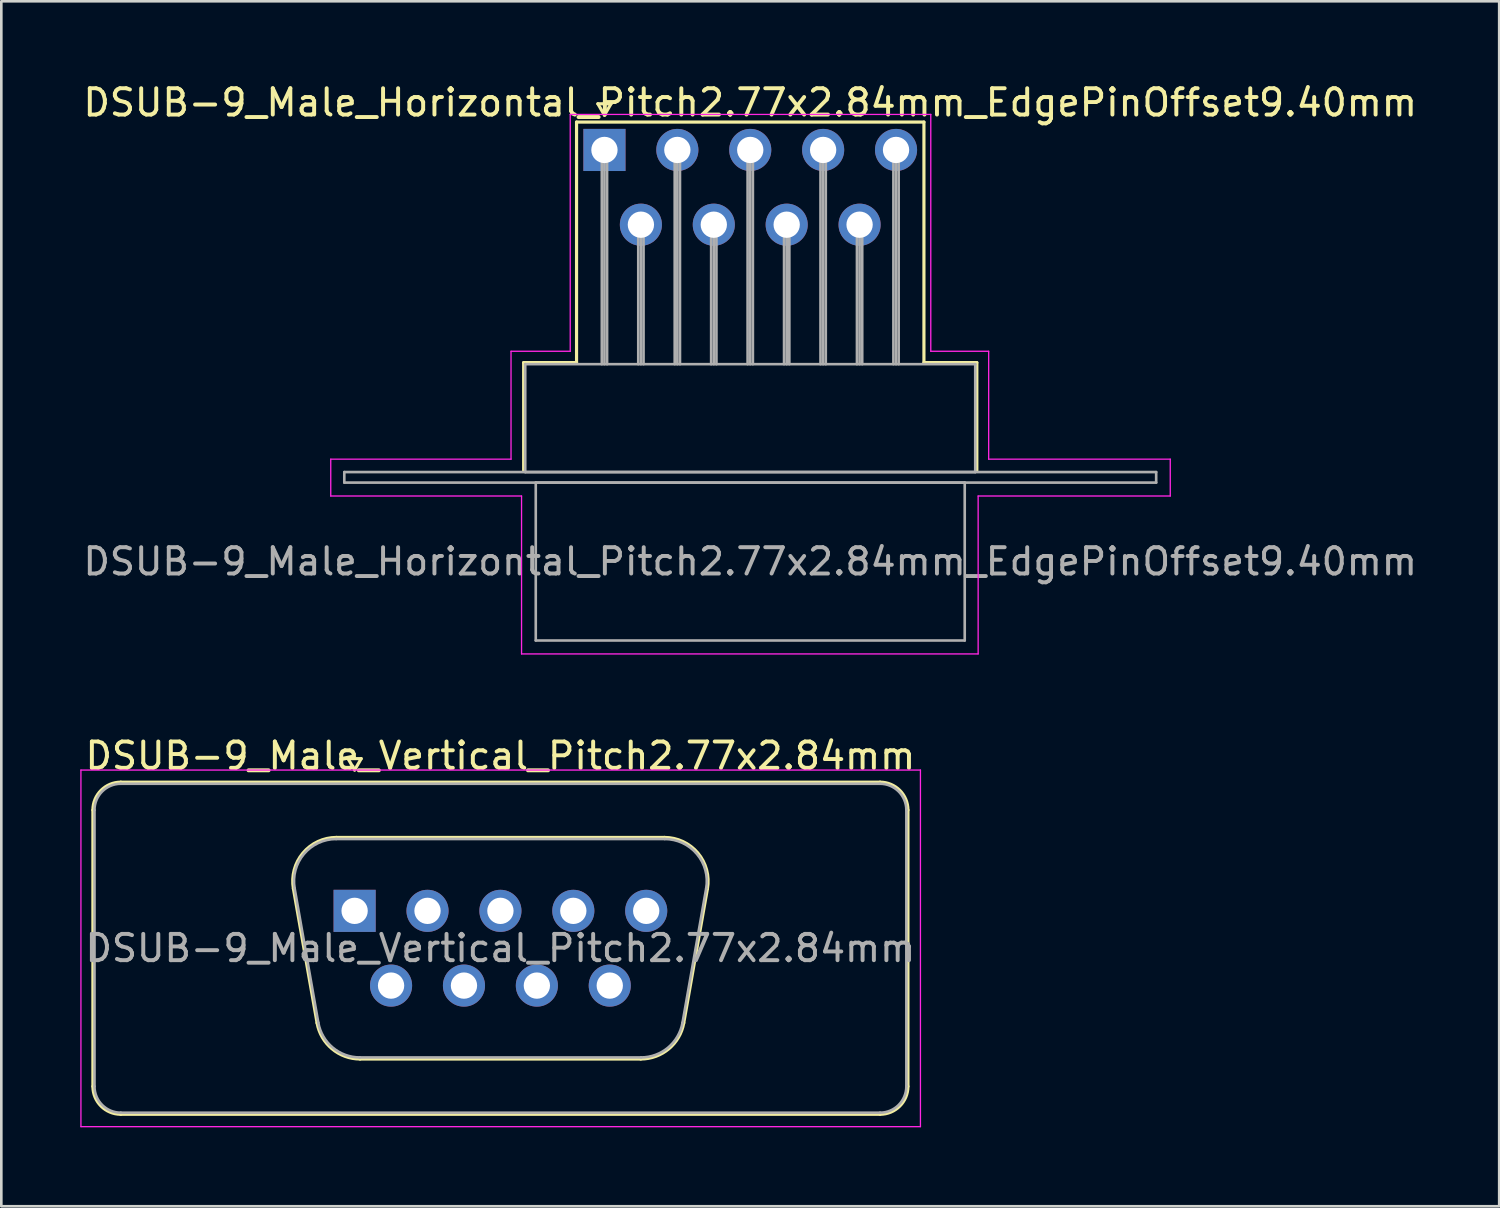
<source format=kicad_pcb>
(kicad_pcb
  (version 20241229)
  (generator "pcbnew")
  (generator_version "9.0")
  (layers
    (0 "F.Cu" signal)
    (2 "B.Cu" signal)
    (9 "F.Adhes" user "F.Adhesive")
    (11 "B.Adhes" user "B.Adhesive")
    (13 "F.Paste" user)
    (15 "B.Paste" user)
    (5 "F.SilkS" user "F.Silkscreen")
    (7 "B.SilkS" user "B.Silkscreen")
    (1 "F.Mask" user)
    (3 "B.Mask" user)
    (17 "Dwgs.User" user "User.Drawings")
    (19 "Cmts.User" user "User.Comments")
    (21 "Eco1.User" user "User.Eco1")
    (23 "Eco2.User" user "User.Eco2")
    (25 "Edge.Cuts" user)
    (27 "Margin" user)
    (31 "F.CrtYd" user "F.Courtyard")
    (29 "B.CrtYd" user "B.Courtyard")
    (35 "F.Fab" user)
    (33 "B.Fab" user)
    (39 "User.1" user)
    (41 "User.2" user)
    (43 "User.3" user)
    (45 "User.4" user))
  (footprint "DSUB-9_Male_Vertical_Pitch2.77x2.84mm"
    (layer "F.Cu")
    (at 10.425 31.561)
    (property "Reference" "DSUB-9_Male_Vertical_Pitch2.77x2.84mm" (at 5.54 -5.89 0) (layer "F.SilkS") (effects (font (size 1 1) (thickness 0.15))))
    (attr through_hole)
    (fp_line (start -9.945 6.67) (end -9.945 -3.83) (stroke (width 0.12) (type solid)) (layer "F.SilkS"))
    (fp_line (start -8.885 -4.89) (end 19.965 -4.89) (stroke (width 0.12) (type solid)) (layer "F.SilkS"))
    (fp_line (start -2.326 -0.842) (end -1.427 4.258) (stroke (width 0.12) (type solid)) (layer "F.SilkS"))
    (fp_line (start -0.692 -2.79) (end 11.772 -2.79) (stroke (width 0.12) (type solid)) (layer "F.SilkS"))
    (fp_line (start -0.25 -5.784) (end 0.25 -5.784) (stroke (width 0.12) (type solid)) (layer "F.SilkS"))
    (fp_line (start 0 -5.351) (end -0.25 -5.784) (stroke (width 0.12) (type solid)) (layer "F.SilkS"))
    (fp_line (start 0.208 5.63) (end 10.872 5.63) (stroke (width 0.12) (type solid)) (layer "F.SilkS"))
    (fp_line (start 0.25 -5.784) (end 0 -5.351) (stroke (width 0.12) (type solid)) (layer "F.SilkS"))
    (fp_line (start 13.406 -0.842) (end 12.507 4.258) (stroke (width 0.12) (type solid)) (layer "F.SilkS"))
    (fp_line (start 19.965 7.73) (end -8.885 7.73) (stroke (width 0.12) (type solid)) (layer "F.SilkS"))
    (fp_line (start 21.025 -3.83) (end 21.025 6.67) (stroke (width 0.12) (type solid)) (layer "F.SilkS"))
    (fp_arc (start -9.945 -3.83) (mid -9.634533 -4.579533) (end -8.885 -4.89) (stroke (width 0.12) (type solid)) (layer "F.SilkS"))
    (fp_arc (start -8.885 7.73) (mid -9.634533 7.419533) (end -9.945 6.67) (stroke (width 0.12) (type solid)) (layer "F.SilkS"))
    (fp_arc (start -2.32647 -0.841744) (mid -1.963323 -2.197028) (end -0.691689 -2.79) (stroke (width 0.12) (type solid)) (layer "F.SilkS"))
    (fp_arc (start 0.207579 5.63) (mid -0.859448 5.241634) (end -1.427202 4.258256) (stroke (width 0.12) (type solid)) (layer "F.SilkS"))
    (fp_arc (start 11.771689 -2.79) (mid 13.043323 -2.197027) (end 13.40647 -0.841744) (stroke (width 0.12) (type solid)) (layer "F.SilkS"))
    (fp_arc (start 12.507202 4.258256) (mid 11.939449 5.241634) (end 10.872421 5.63) (stroke (width 0.12) (type solid)) (layer "F.SilkS"))
    (fp_arc (start 19.965 -4.89) (mid 20.714533 -4.579533) (end 21.025 -3.83) (stroke (width 0.12) (type solid)) (layer "F.SilkS"))
    (fp_arc (start 21.025 6.67) (mid 20.714533 7.419533) (end 19.965 7.73) (stroke (width 0.12) (type solid)) (layer "F.SilkS"))
    (fp_line (start -10.4 -5.35) (end -10.4 8.2) (stroke (width 0.05) (type solid)) (layer "F.CrtYd"))
    (fp_line (start -10.4 8.2) (end 21.5 8.2) (stroke (width 0.05) (type solid)) (layer "F.CrtYd"))
    (fp_line (start 21.5 -5.35) (end -10.4 -5.35) (stroke (width 0.05) (type solid)) (layer "F.CrtYd"))
    (fp_line (start 21.5 8.2) (end 21.5 -5.35) (stroke (width 0.05) (type solid)) (layer "F.CrtYd"))
    (fp_line (start -9.885 6.67) (end -9.885 -3.83) (stroke (width 0.1) (type solid)) (layer "F.Fab"))
    (fp_line (start -8.885 -4.83) (end 19.965 -4.83) (stroke (width 0.1) (type solid)) (layer "F.Fab"))
    (fp_line (start -2.279 -0.852) (end -1.38 4.248) (stroke (width 0.1) (type solid)) (layer "F.Fab"))
    (fp_line (start -0.703 -2.73) (end 11.783 -2.73) (stroke (width 0.1) (type solid)) (layer "F.Fab"))
    (fp_line (start 0.196 5.57) (end 10.884 5.57) (stroke (width 0.1) (type solid)) (layer "F.Fab"))
    (fp_line (start 13.359 -0.852) (end 12.46 4.248) (stroke (width 0.1) (type solid)) (layer "F.Fab"))
    (fp_line (start 19.965 7.67) (end -8.885 7.67) (stroke (width 0.1) (type solid)) (layer "F.Fab"))
    (fp_line (start 20.965 -3.83) (end 20.965 6.67) (stroke (width 0.1) (type solid)) (layer "F.Fab"))
    (fp_arc (start -9.885 -3.83) (mid -9.592107 -4.537107) (end -8.885 -4.83) (stroke (width 0.1) (type solid)) (layer "F.Fab"))
    (fp_arc (start -8.885 7.67) (mid -9.592107 7.377107) (end -9.885 6.67) (stroke (width 0.1) (type solid)) (layer "F.Fab"))
    (fp_arc (start -2.278886 -0.852163) (mid -1.928865 -2.15846) (end -0.703194 -2.73) (stroke (width 0.1) (type solid)) (layer "F.Fab"))
    (fp_arc (start 0.196073 5.57) (mid -0.832387 5.195671) (end -1.379619 4.247837) (stroke (width 0.1) (type solid)) (layer "F.Fab"))
    (fp_arc (start 11.783194 -2.73) (mid 13.008865 -2.15846) (end 13.358886 -0.852163) (stroke (width 0.1) (type solid)) (layer "F.Fab"))
    (fp_arc (start 12.459619 4.247837) (mid 11.912387 5.195671) (end 10.883927 5.57) (stroke (width 0.1) (type solid)) (layer "F.Fab"))
    (fp_arc (start 19.965 -4.83) (mid 20.672107 -4.537107) (end 20.965 -3.83) (stroke (width 0.1) (type solid)) (layer "F.Fab"))
    (fp_arc (start 20.965 6.67) (mid 20.672107 7.377107) (end 19.965 7.67) (stroke (width 0.1) (type solid)) (layer "F.Fab"))
    (fp_text user "${REFERENCE}" (at 5.54 1.42 0) (layer "F.Fab") (effects (font (size 1 1) (thickness 0.15))))
    (pad "1" thru_hole rect (at 0 0) (size 1.6 1.6) (drill 1) (layers "*.Cu" "*.Mask"))
    (pad "2" thru_hole circle (at 2.77 0) (size 1.6 1.6) (drill 1) (layers "*.Cu" "*.Mask"))
    (pad "3" thru_hole circle (at 5.54 0) (size 1.6 1.6) (drill 1) (layers "*.Cu" "*.Mask"))
    (pad "4" thru_hole circle (at 8.31 0) (size 1.6 1.6) (drill 1) (layers "*.Cu" "*.Mask"))
    (pad "5" thru_hole circle (at 11.08 0) (size 1.6 1.6) (drill 1) (layers "*.Cu" "*.Mask"))
    (pad "6" thru_hole circle (at 1.385 2.84) (size 1.6 1.6) (drill 1) (layers "*.Cu" "*.Mask"))
    (pad "7" thru_hole circle (at 4.155 2.84) (size 1.6 1.6) (drill 1) (layers "*.Cu" "*.Mask"))
    (pad "8" thru_hole circle (at 6.925 2.84) (size 1.6 1.6) (drill 1) (layers "*.Cu" "*.Mask"))
    (pad "9" thru_hole circle (at 9.695 2.84) (size 1.6 1.6) (drill 1) (layers "*.Cu" "*.Mask")))
  (footprint "DSUB-9_Male_Horizontal_Pitch2.77x2.84mm_EdgePinOffset9.40mm"
    (layer "F.Cu")
    (at 19.918 2.648)
    (property "Reference" "DSUB-9_Male_Horizontal_Pitch2.77x2.84mm_EdgePinOffset9.40mm" (at 5.54 -1.8 0) (layer "F.SilkS") (effects (font (size 1 1) (thickness 0.15))))
    (attr through_hole)
    (fp_line (start -3.07 8.08) (end -1.06 8.08) (stroke (width 0.12) (type solid)) (layer "F.SilkS"))
    (fp_line (start -3.07 12.18) (end -3.07 8.08) (stroke (width 0.12) (type solid)) (layer "F.SilkS"))
    (fp_line (start -1.06 -1.06) (end 12.14 -1.06) (stroke (width 0.12) (type solid)) (layer "F.SilkS"))
    (fp_line (start -1.06 8.08) (end -1.06 -1.06) (stroke (width 0.12) (type solid)) (layer "F.SilkS"))
    (fp_line (start -0.25 -1.754) (end 0.25 -1.754) (stroke (width 0.12) (type solid)) (layer "F.SilkS"))
    (fp_line (start 0 -1.321) (end -0.25 -1.754) (stroke (width 0.12) (type solid)) (layer "F.SilkS"))
    (fp_line (start 0.25 -1.754) (end 0 -1.321) (stroke (width 0.12) (type solid)) (layer "F.SilkS"))
    (fp_line (start 12.14 -1.06) (end 12.14 8.08) (stroke (width 0.12) (type solid)) (layer "F.SilkS"))
    (fp_line (start 12.14 8.08) (end 14.15 8.08) (stroke (width 0.12) (type solid)) (layer "F.SilkS"))
    (fp_line (start 14.15 8.08) (end 14.15 12.18) (stroke (width 0.12) (type solid)) (layer "F.SilkS"))
    (fp_line (start -10.4 11.75) (end -3.55 11.75) (stroke (width 0.05) (type solid)) (layer "F.CrtYd"))
    (fp_line (start -10.4 13.15) (end -10.4 11.75) (stroke (width 0.05) (type solid)) (layer "F.CrtYd"))
    (fp_line (start -3.55 7.65) (end -1.3 7.65) (stroke (width 0.05) (type solid)) (layer "F.CrtYd"))
    (fp_line (start -3.55 11.75) (end -3.55 7.65) (stroke (width 0.05) (type solid)) (layer "F.CrtYd"))
    (fp_line (start -3.15 13.15) (end -10.4 13.15) (stroke (width 0.05) (type solid)) (layer "F.CrtYd"))
    (fp_line (start -3.15 19.15) (end -3.15 13.15) (stroke (width 0.05) (type solid)) (layer "F.CrtYd"))
    (fp_line (start -1.3 -1.35) (end 12.4 -1.35) (stroke (width 0.05) (type solid)) (layer "F.CrtYd"))
    (fp_line (start -1.3 7.65) (end -1.3 -1.35) (stroke (width 0.05) (type solid)) (layer "F.CrtYd"))
    (fp_line (start 12.4 -1.35) (end 12.4 7.65) (stroke (width 0.05) (type solid)) (layer "F.CrtYd"))
    (fp_line (start 12.4 7.65) (end 14.6 7.65) (stroke (width 0.05) (type solid)) (layer "F.CrtYd"))
    (fp_line (start 14.2 13.15) (end 14.2 19.15) (stroke (width 0.05) (type solid)) (layer "F.CrtYd"))
    (fp_line (start 14.2 19.15) (end -3.15 19.15) (stroke (width 0.05) (type solid)) (layer "F.CrtYd"))
    (fp_line (start 14.6 7.65) (end 14.6 11.75) (stroke (width 0.05) (type solid)) (layer "F.CrtYd"))
    (fp_line (start 14.6 11.75) (end 21.5 11.75) (stroke (width 0.05) (type solid)) (layer "F.CrtYd"))
    (fp_line (start 21.5 11.75) (end 21.5 13.15) (stroke (width 0.05) (type solid)) (layer "F.CrtYd"))
    (fp_line (start 21.5 13.15) (end 14.2 13.15) (stroke (width 0.05) (type solid)) (layer "F.CrtYd"))
    (fp_line (start -9.885 12.24) (end -9.885 12.64) (stroke (width 0.1) (type solid)) (layer "F.Fab"))
    (fp_line (start -9.885 12.64) (end 20.965 12.64) (stroke (width 0.1) (type solid)) (layer "F.Fab"))
    (fp_line (start -3.01 8.14) (end -3.01 12.24) (stroke (width 0.1) (type solid)) (layer "F.Fab"))
    (fp_line (start -3.01 12.24) (end 14.09 12.24) (stroke (width 0.1) (type solid)) (layer "F.Fab"))
    (fp_line (start -2.61 12.64) (end -2.61 18.64) (stroke (width 0.1) (type solid)) (layer "F.Fab"))
    (fp_line (start -2.61 18.64) (end 13.69 18.64) (stroke (width 0.1) (type solid)) (layer "F.Fab"))
    (fp_line (start -0.1 0) (end -0.1 8.14) (stroke (width 0.1) (type solid)) (layer "F.Fab"))
    (fp_line (start 0 0) (end 0 8.14) (stroke (width 0.1) (type solid)) (layer "F.Fab"))
    (fp_line (start 0.1 0) (end 0.1 8.14) (stroke (width 0.1) (type solid)) (layer "F.Fab"))
    (fp_line (start 1.285 2.84) (end 1.285 8.14) (stroke (width 0.1) (type solid)) (layer "F.Fab"))
    (fp_line (start 1.385 2.84) (end 1.385 8.14) (stroke (width 0.1) (type solid)) (layer "F.Fab"))
    (fp_line (start 1.485 2.84) (end 1.485 8.14) (stroke (width 0.1) (type solid)) (layer "F.Fab"))
    (fp_line (start 2.67 0) (end 2.67 8.14) (stroke (width 0.1) (type solid)) (layer "F.Fab"))
    (fp_line (start 2.77 0) (end 2.77 8.14) (stroke (width 0.1) (type solid)) (layer "F.Fab"))
    (fp_line (start 2.87 0) (end 2.87 8.14) (stroke (width 0.1) (type solid)) (layer "F.Fab"))
    (fp_line (start 4.055 2.84) (end 4.055 8.14) (stroke (width 0.1) (type solid)) (layer "F.Fab"))
    (fp_line (start 4.155 2.84) (end 4.155 8.14) (stroke (width 0.1) (type solid)) (layer "F.Fab"))
    (fp_line (start 4.255 2.84) (end 4.255 8.14) (stroke (width 0.1) (type solid)) (layer "F.Fab"))
    (fp_line (start 5.44 0) (end 5.44 8.14) (stroke (width 0.1) (type solid)) (layer "F.Fab"))
    (fp_line (start 5.54 0) (end 5.54 8.14) (stroke (width 0.1) (type solid)) (layer "F.Fab"))
    (fp_line (start 5.64 0) (end 5.64 8.14) (stroke (width 0.1) (type solid)) (layer "F.Fab"))
    (fp_line (start 6.825 2.84) (end 6.825 8.14) (stroke (width 0.1) (type solid)) (layer "F.Fab"))
    (fp_line (start 6.925 2.84) (end 6.925 8.14) (stroke (width 0.1) (type solid)) (layer "F.Fab"))
    (fp_line (start 7.025 2.84) (end 7.025 8.14) (stroke (width 0.1) (type solid)) (layer "F.Fab"))
    (fp_line (start 8.21 0) (end 8.21 8.14) (stroke (width 0.1) (type solid)) (layer "F.Fab"))
    (fp_line (start 8.31 0) (end 8.31 8.14) (stroke (width 0.1) (type solid)) (layer "F.Fab"))
    (fp_line (start 8.41 0) (end 8.41 8.14) (stroke (width 0.1) (type solid)) (layer "F.Fab"))
    (fp_line (start 9.595 2.84) (end 9.595 8.14) (stroke (width 0.1) (type solid)) (layer "F.Fab"))
    (fp_line (start 9.695 2.84) (end 9.695 8.14) (stroke (width 0.1) (type solid)) (layer "F.Fab"))
    (fp_line (start 9.795 2.84) (end 9.795 8.14) (stroke (width 0.1) (type solid)) (layer "F.Fab"))
    (fp_line (start 10.98 0) (end 10.98 8.14) (stroke (width 0.1) (type solid)) (layer "F.Fab"))
    (fp_line (start 11.08 0) (end 11.08 8.14) (stroke (width 0.1) (type solid)) (layer "F.Fab"))
    (fp_line (start 11.18 0) (end 11.18 8.14) (stroke (width 0.1) (type solid)) (layer "F.Fab"))
    (fp_line (start 13.69 12.64) (end -2.61 12.64) (stroke (width 0.1) (type solid)) (layer "F.Fab"))
    (fp_line (start 13.69 18.64) (end 13.69 12.64) (stroke (width 0.1) (type solid)) (layer "F.Fab"))
    (fp_line (start 14.09 8.14) (end -3.01 8.14) (stroke (width 0.1) (type solid)) (layer "F.Fab"))
    (fp_line (start 14.09 12.24) (end 14.09 8.14) (stroke (width 0.1) (type solid)) (layer "F.Fab"))
    (fp_line (start 20.965 12.24) (end -9.885 12.24) (stroke (width 0.1) (type solid)) (layer "F.Fab"))
    (fp_line (start 20.965 12.64) (end 20.965 12.24) (stroke (width 0.1) (type solid)) (layer "F.Fab"))
    (fp_text user "${REFERENCE}" (at 5.54 15.64 0) (layer "F.Fab") (effects (font (size 1 1) (thickness 0.15))))
    (pad "1" thru_hole rect (at 0 0) (size 1.6 1.6) (drill 1) (layers "*.Cu" "*.Mask"))
    (pad "2" thru_hole circle (at 2.77 0) (size 1.6 1.6) (drill 1) (layers "*.Cu" "*.Mask"))
    (pad "3" thru_hole circle (at 5.54 0) (size 1.6 1.6) (drill 1) (layers "*.Cu" "*.Mask"))
    (pad "4" thru_hole circle (at 8.31 0) (size 1.6 1.6) (drill 1) (layers "*.Cu" "*.Mask"))
    (pad "5" thru_hole circle (at 11.08 0) (size 1.6 1.6) (drill 1) (layers "*.Cu" "*.Mask"))
    (pad "6" thru_hole circle (at 1.385 2.84) (size 1.6 1.6) (drill 1) (layers "*.Cu" "*.Mask"))
    (pad "7" thru_hole circle (at 4.155 2.84) (size 1.6 1.6) (drill 1) (layers "*.Cu" "*.Mask"))
    (pad "8" thru_hole circle (at 6.925 2.84) (size 1.6 1.6) (drill 1) (layers "*.Cu" "*.Mask"))
    (pad "9" thru_hole circle (at 9.695 2.84) (size 1.6 1.6) (drill 1) (layers "*.Cu" "*.Mask")))
  (gr_rect
    (start -3 -3)
    (end 53.917 42.786)
    (stroke (width 0.1) (type default))
    (fill no)
    (layer "Edge.Cuts")))
</source>
